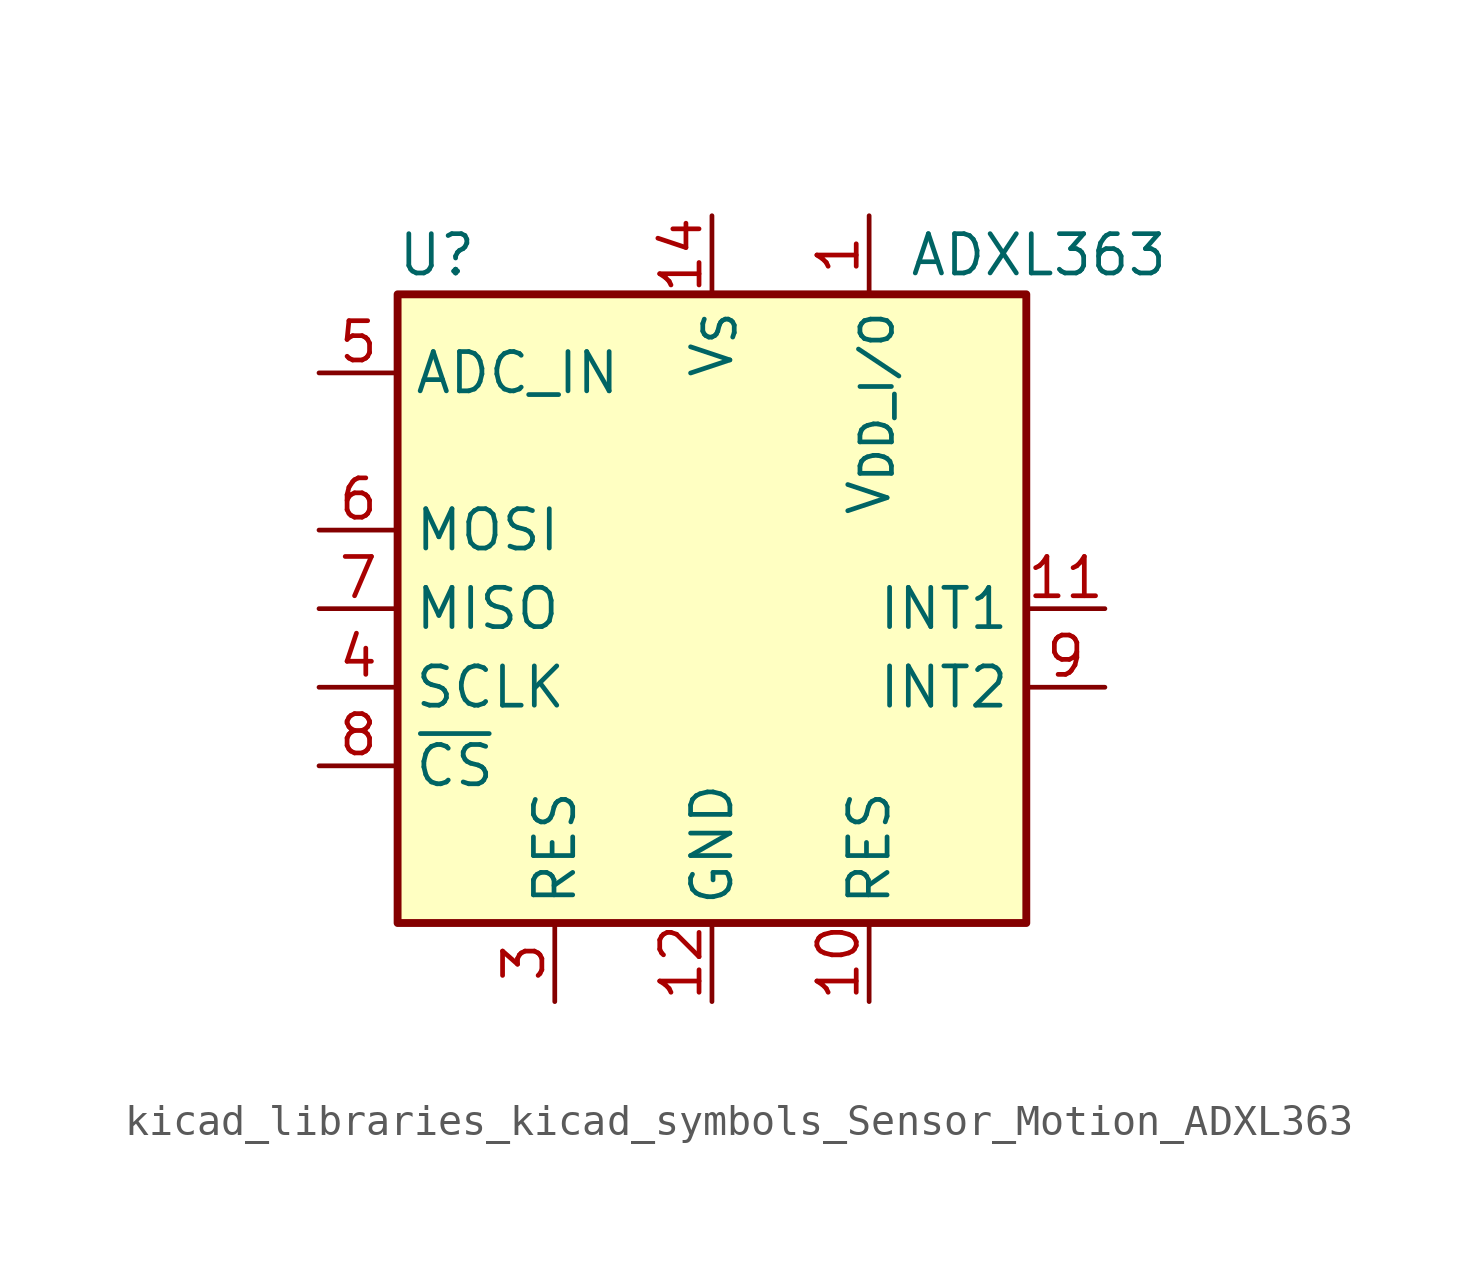
<source format=kicad_sym>
(kicad_symbol_lib
  (version 20220914)
  (generator kicad_symbol_editor)
  (symbol "kicad_libraries_kicad_symbols_Sensor_Motion_ADXL363"
    (property "Reference" "U"
      (at -8.89 11.43 0)
      (effects (font (size 1.27 1.27))))
    (property "Value" "ADXL363"
      (at 6.35 11.43 0)
      (effects (font (size 1.27 1.27)) (justify left)))
    (symbol "kicad_libraries_kicad_symbols_Sensor_Motion_ADXL363_0_1"
      (rectangle (start -10.16 10.16) (end 10.16 -10.16) (stroke (width 0.254) (type default)) (fill (type background))))
    (symbol "kicad_libraries_kicad_symbols_Sensor_Motion_ADXL363_1_1"
      (pin power_in line (at 5.08 12.7 270) (length 2.54) (name "V_{DD_I/O}" (effects (font (size 1.27 1.27)))) (number "1" (effects (font (size 1.27 1.27)))))
      (pin passive line (at 5.08 -12.7 90) (length 2.54) (name "RES" (effects (font (size 1.27 1.27)))) (number "10" (effects (font (size 1.27 1.27)))))
      (pin output line (at 12.7 0 180) (length 2.54) (name "INT1" (effects (font (size 1.27 1.27)))) (number "11" (effects (font (size 1.27 1.27)))))
      (pin power_in line (at 0 -12.7 90) (length 2.54) (name "GND" (effects (font (size 1.27 1.27)))) (number "12" (effects (font (size 1.27 1.27)))))
      (pin passive line (at 0 -12.7 90) (length 2.54) hide (name "GND" (effects (font (size 1.27 1.27)))) (number "13" (effects (font (size 1.27 1.27)))))
      (pin power_in line (at 0 12.7 270) (length 2.54) (name "V_{S}" (effects (font (size 1.27 1.27)))) (number "14" (effects (font (size 1.27 1.27)))))
      (pin passive line (at 0 -12.7 90) (length 2.54) hide (name "GND" (effects (font (size 1.27 1.27)))) (number "16" (effects (font (size 1.27 1.27)))))
      (pin passive line (at -5.08 -12.7 90) (length 2.54) (name "RES" (effects (font (size 1.27 1.27)))) (number "3" (effects (font (size 1.27 1.27)))))
      (pin input line (at -12.7 -2.54 0) (length 2.54) (name "SCLK" (effects (font (size 1.27 1.27)))) (number "4" (effects (font (size 1.27 1.27)))))
      (pin input line (at -12.7 7.62 0) (length 2.54) (name "ADC_IN" (effects (font (size 1.27 1.27)))) (number "5" (effects (font (size 1.27 1.27)))))
      (pin input line (at -12.7 2.54 0) (length 2.54) (name "MOSI" (effects (font (size 1.27 1.27)))) (number "6" (effects (font (size 1.27 1.27)))))
      (pin output line (at -12.7 0 0) (length 2.54) (name "MISO" (effects (font (size 1.27 1.27)))) (number "7" (effects (font (size 1.27 1.27)))))
      (pin input line (at -12.7 -5.08 0) (length 2.54) (name "~{CS}" (effects (font (size 1.27 1.27)))) (number "8" (effects (font (size 1.27 1.27)))))
      (pin output line (at 12.7 -2.54 180) (length 2.54) (name "INT2" (effects (font (size 1.27 1.27)))) (number "9" (effects (font (size 1.27 1.27))))))))
</source>
